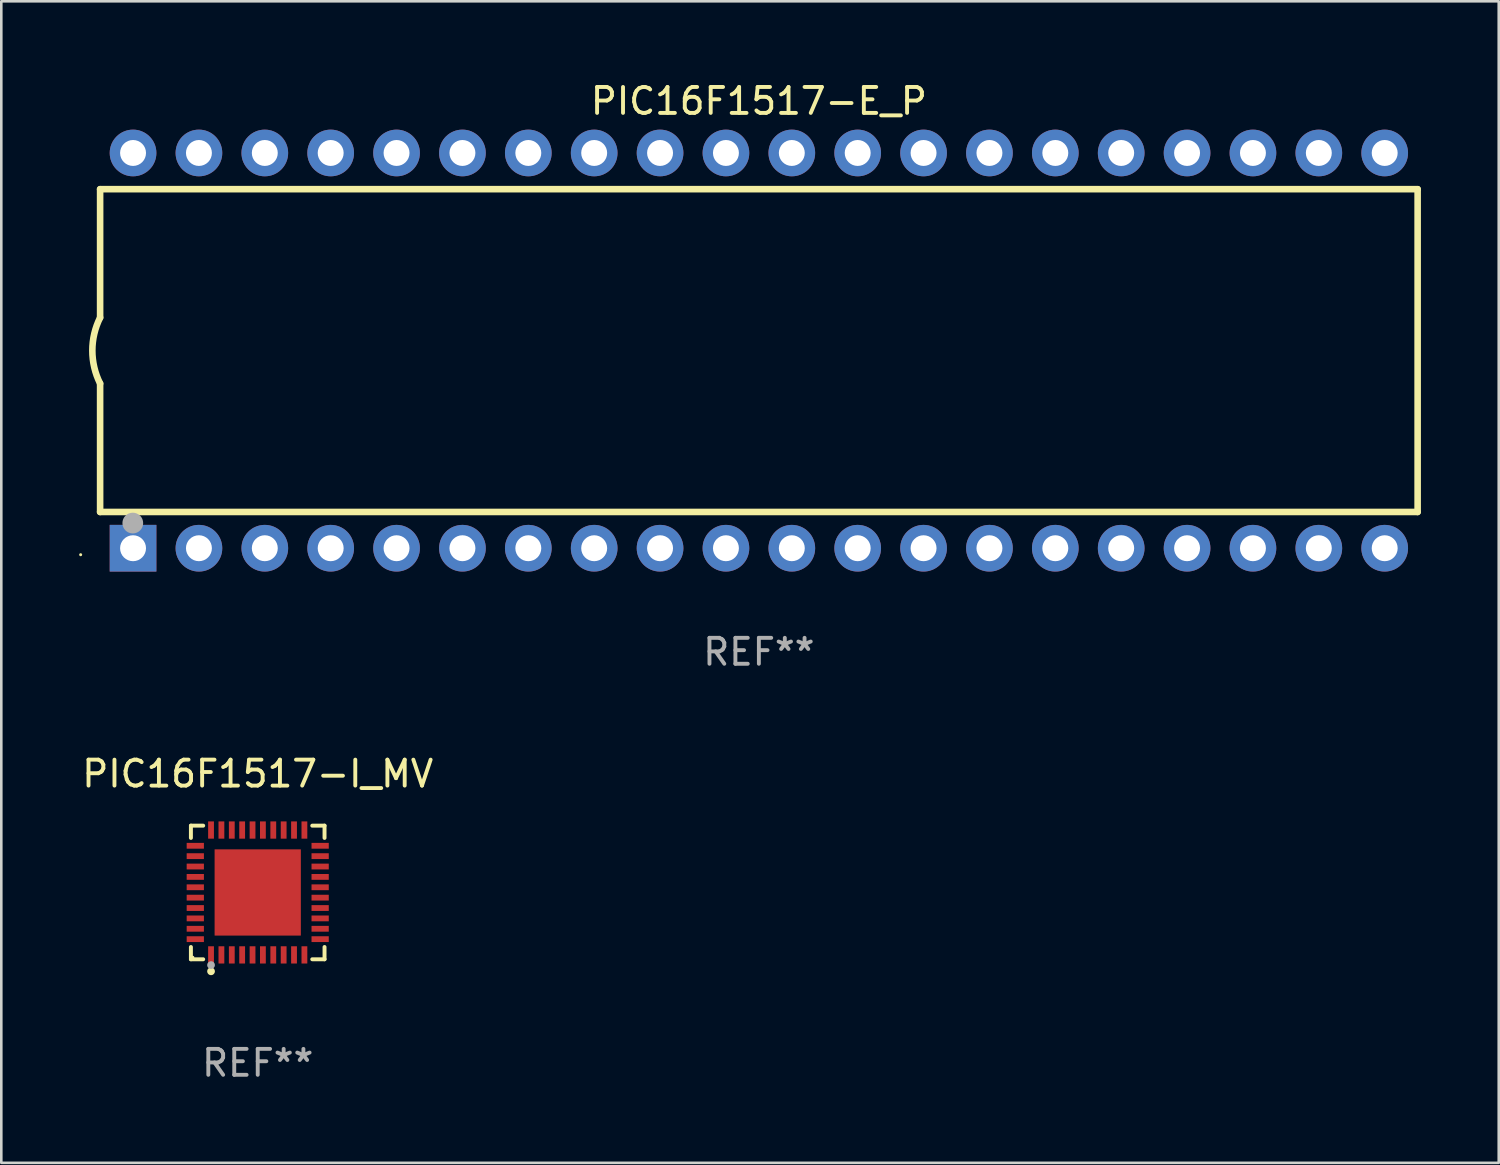
<source format=kicad_pcb>
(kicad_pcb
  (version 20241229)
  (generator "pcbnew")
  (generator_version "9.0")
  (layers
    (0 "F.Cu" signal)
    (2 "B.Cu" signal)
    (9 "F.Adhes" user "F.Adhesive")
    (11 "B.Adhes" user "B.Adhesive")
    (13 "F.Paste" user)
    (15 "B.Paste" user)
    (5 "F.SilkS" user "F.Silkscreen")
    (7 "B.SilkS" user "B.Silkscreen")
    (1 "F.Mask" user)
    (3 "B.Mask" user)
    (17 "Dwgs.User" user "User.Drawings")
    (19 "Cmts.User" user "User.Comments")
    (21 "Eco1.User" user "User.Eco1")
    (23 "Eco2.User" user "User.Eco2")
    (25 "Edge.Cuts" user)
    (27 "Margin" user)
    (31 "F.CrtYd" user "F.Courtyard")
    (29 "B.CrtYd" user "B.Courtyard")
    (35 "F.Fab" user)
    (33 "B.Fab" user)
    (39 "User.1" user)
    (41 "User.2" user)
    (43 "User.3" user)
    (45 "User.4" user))
  (footprint "PIC16F1517-I_MV"
    (layer "F.Cu")
    (at 6.887 31.361)
    (property "Reference" "PIC16F1517-I_MV" (at 0 -4.576 0) (layer "F.SilkS") (effects (font (size 1 1) (thickness 0.15))))
    (attr through_hole)
    (fp_line (start -2.576 -2.576) (end -2.103 -2.576) (stroke (width 0.152) (type solid)) (layer "F.SilkS"))
    (fp_line (start -2.576 -2.103) (end -2.576 -2.576) (stroke (width 0.152) (type solid)) (layer "F.SilkS"))
    (fp_line (start -2.576 2.103) (end -2.576 2.576) (stroke (width 0.152) (type solid)) (layer "F.SilkS"))
    (fp_line (start -2.576 2.576) (end -2.103 2.576) (stroke (width 0.152) (type solid)) (layer "F.SilkS"))
    (fp_line (start 2.576 -2.576) (end 2.103 -2.576) (stroke (width 0.152) (type solid)) (layer "F.SilkS"))
    (fp_line (start 2.576 -2.103) (end 2.576 -2.576) (stroke (width 0.152) (type solid)) (layer "F.SilkS"))
    (fp_line (start 2.576 2.103) (end 2.576 2.576) (stroke (width 0.152) (type solid)) (layer "F.SilkS"))
    (fp_line (start 2.576 2.576) (end 2.103 2.576) (stroke (width 0.152) (type solid)) (layer "F.SilkS"))
    (fp_circle (center -2.5 2.5) (end -2.47 2.5) (stroke (width 0.06) (type solid)) (fill no) (layer "F.SilkS"))
    (fp_circle (center -1.8 3.04) (end -1.725 3.04) (stroke (width 0.15) (type solid)) (fill no) (layer "F.SilkS"))
    (fp_circle (center -1.8 2.8) (end -1.725 2.8) (stroke (width 0.15) (type solid)) (fill no) (layer "F.Fab"))
    (fp_text user "REF**" (at 0 6.576 0) (layer "F.Fab") (effects (font (size 1 1) (thickness 0.15))))
    (pad "1" smd rect (at -1.8 2.407) (size 0.224 0.665) (layers "F.Cu" "F.Mask" "F.Paste"))
    (pad "2" smd rect (at -1.4 2.407) (size 0.224 0.665) (layers "F.Cu" "F.Mask" "F.Paste"))
    (pad "3" smd rect (at -1 2.407) (size 0.224 0.665) (layers "F.Cu" "F.Mask" "F.Paste"))
    (pad "4" smd rect (at -0.6 2.407) (size 0.224 0.665) (layers "F.Cu" "F.Mask" "F.Paste"))
    (pad "5" smd rect (at -0.2 2.407) (size 0.224 0.665) (layers "F.Cu" "F.Mask" "F.Paste"))
    (pad "6" smd rect (at 0.2 2.407) (size 0.224 0.665) (layers "F.Cu" "F.Mask" "F.Paste"))
    (pad "7" smd rect (at 0.6 2.407) (size 0.224 0.665) (layers "F.Cu" "F.Mask" "F.Paste"))
    (pad "8" smd rect (at 1 2.407) (size 0.224 0.665) (layers "F.Cu" "F.Mask" "F.Paste"))
    (pad "9" smd rect (at 1.4 2.407) (size 0.224 0.665) (layers "F.Cu" "F.Mask" "F.Paste"))
    (pad "10" smd rect (at 1.8 2.407) (size 0.224 0.665) (layers "F.Cu" "F.Mask" "F.Paste"))
    (pad "11" smd rect (at 2.407 1.8) (size 0.665 0.224) (layers "F.Cu" "F.Mask" "F.Paste"))
    (pad "12" smd rect (at 2.407 1.4) (size 0.665 0.224) (layers "F.Cu" "F.Mask" "F.Paste"))
    (pad "13" smd rect (at 2.407 1) (size 0.665 0.224) (layers "F.Cu" "F.Mask" "F.Paste"))
    (pad "14" smd rect (at 2.407 0.6) (size 0.665 0.224) (layers "F.Cu" "F.Mask" "F.Paste"))
    (pad "15" smd rect (at 2.407 0.2) (size 0.665 0.224) (layers "F.Cu" "F.Mask" "F.Paste"))
    (pad "16" smd rect (at 2.407 -0.2) (size 0.665 0.224) (layers "F.Cu" "F.Mask" "F.Paste"))
    (pad "17" smd rect (at 2.407 -0.6) (size 0.665 0.224) (layers "F.Cu" "F.Mask" "F.Paste"))
    (pad "18" smd rect (at 2.407 -1) (size 0.665 0.224) (layers "F.Cu" "F.Mask" "F.Paste"))
    (pad "19" smd rect (at 2.407 -1.4) (size 0.665 0.224) (layers "F.Cu" "F.Mask" "F.Paste"))
    (pad "20" smd rect (at 2.407 -1.8) (size 0.665 0.224) (layers "F.Cu" "F.Mask" "F.Paste"))
    (pad "21" smd rect (at 1.8 -2.407) (size 0.224 0.665) (layers "F.Cu" "F.Mask" "F.Paste"))
    (pad "22" smd rect (at 1.4 -2.407) (size 0.224 0.665) (layers "F.Cu" "F.Mask" "F.Paste"))
    (pad "23" smd rect (at 1 -2.407) (size 0.224 0.665) (layers "F.Cu" "F.Mask" "F.Paste"))
    (pad "24" smd rect (at 0.6 -2.407) (size 0.224 0.665) (layers "F.Cu" "F.Mask" "F.Paste"))
    (pad "25" smd rect (at 0.2 -2.407) (size 0.224 0.665) (layers "F.Cu" "F.Mask" "F.Paste"))
    (pad "26" smd rect (at -0.2 -2.407) (size 0.224 0.665) (layers "F.Cu" "F.Mask" "F.Paste"))
    (pad "27" smd rect (at -0.6 -2.407) (size 0.224 0.665) (layers "F.Cu" "F.Mask" "F.Paste"))
    (pad "28" smd rect (at -1 -2.407) (size 0.224 0.665) (layers "F.Cu" "F.Mask" "F.Paste"))
    (pad "29" smd rect (at -1.4 -2.407) (size 0.224 0.665) (layers "F.Cu" "F.Mask" "F.Paste"))
    (pad "30" smd rect (at -1.8 -2.407) (size 0.224 0.665) (layers "F.Cu" "F.Mask" "F.Paste"))
    (pad "31" smd rect (at -2.407 -1.8) (size 0.665 0.224) (layers "F.Cu" "F.Mask" "F.Paste"))
    (pad "32" smd rect (at -2.407 -1.4) (size 0.665 0.224) (layers "F.Cu" "F.Mask" "F.Paste"))
    (pad "33" smd rect (at -2.407 -1) (size 0.665 0.224) (layers "F.Cu" "F.Mask" "F.Paste"))
    (pad "34" smd rect (at -2.407 -0.6) (size 0.665 0.224) (layers "F.Cu" "F.Mask" "F.Paste"))
    (pad "35" smd rect (at -2.407 -0.2) (size 0.665 0.224) (layers "F.Cu" "F.Mask" "F.Paste"))
    (pad "36" smd rect (at -2.407 0.2) (size 0.665 0.224) (layers "F.Cu" "F.Mask" "F.Paste"))
    (pad "37" smd rect (at -2.407 0.6) (size 0.665 0.224) (layers "F.Cu" "F.Mask" "F.Paste"))
    (pad "38" smd rect (at -2.407 1) (size 0.665 0.224) (layers "F.Cu" "F.Mask" "F.Paste"))
    (pad "39" smd rect (at -2.407 1.4) (size 0.665 0.224) (layers "F.Cu" "F.Mask" "F.Paste"))
    (pad "40" smd rect (at -2.407 1.8) (size 0.665 0.224) (layers "F.Cu" "F.Mask" "F.Paste"))
    (pad "41" smd rect (at 0 0) (size 3.325 3.325) (layers "F.Cu" "F.Mask" "F.Paste")))
  (footprint "PIC16F1517-E_P"
    (layer "F.Cu")
    (at 26.21 10.468)
    (property "Reference" "PIC16F1517-E_P" (at 0 -9.62 0) (layer "F.SilkS") (effects (font (size 1 1) (thickness 0.15))))
    (attr through_hole)
    (fp_line (start -25.4 -6.224) (end -25.4 -1.271) (stroke (width 0.254) (type solid)) (layer "F.SilkS"))
    (fp_line (start -25.4 -6.224) (end 25.4 -6.224) (stroke (width 0.254) (type solid)) (layer "F.SilkS"))
    (fp_line (start -25.4 1.269) (end -25.4 6.222) (stroke (width 0.254) (type solid)) (layer "F.SilkS"))
    (fp_line (start -25.4 6.222) (end 25.4 6.222) (stroke (width 0.254) (type solid)) (layer "F.SilkS"))
    (fp_line (start 25.4 6.222) (end 25.4 -6.224) (stroke (width 0.254) (type solid)) (layer "F.SilkS"))
    (fp_arc (start -25.4 1.269241) (mid -25.699807 -0.000762) (end -25.4 -1.270765) (stroke (width 0.254001) (type solid)) (layer "F.SilkS"))
    (fp_circle (center -26.15 7.87) (end -26.12 7.87) (stroke (width 0.06) (type solid)) (fill no) (layer "F.SilkS"))
    (fp_circle (center -24.14 6.65) (end -23.94 6.65) (stroke (width 0.4) (type solid)) (fill no) (layer "F.Fab"))
    (fp_text user "REF**" (at 0 11.62 0) (layer "F.Fab") (effects (font (size 1 1) (thickness 0.15))))
    (pad "1" thru_hole rect (at -24.13 7.62 90) (size 1.8 1.8) (drill 1) (layers "*.Cu" "*.Mask"))
    (pad "2" thru_hole circle (at -21.59 7.62) (size 1.8 1.8) (drill 1) (layers "*.Cu" "*.Mask"))
    (pad "3" thru_hole circle (at -19.05 7.62) (size 1.8 1.8) (drill 1) (layers "*.Cu" "*.Mask"))
    (pad "4" thru_hole circle (at -16.51 7.62) (size 1.8 1.8) (drill 1) (layers "*.Cu" "*.Mask"))
    (pad "5" thru_hole circle (at -13.97 7.62) (size 1.8 1.8) (drill 1) (layers "*.Cu" "*.Mask"))
    (pad "6" thru_hole circle (at -11.43 7.62) (size 1.8 1.8) (drill 1) (layers "*.Cu" "*.Mask"))
    (pad "7" thru_hole circle (at -8.89 7.62) (size 1.8 1.8) (drill 1) (layers "*.Cu" "*.Mask"))
    (pad "8" thru_hole circle (at -6.35 7.62) (size 1.8 1.8) (drill 1) (layers "*.Cu" "*.Mask"))
    (pad "9" thru_hole circle (at -3.81 7.62) (size 1.8 1.8) (drill 1) (layers "*.Cu" "*.Mask"))
    (pad "10" thru_hole circle (at -1.27 7.62) (size 1.8 1.8) (drill 1) (layers "*.Cu" "*.Mask"))
    (pad "11" thru_hole circle (at 1.27 7.62) (size 1.8 1.8) (drill 1) (layers "*.Cu" "*.Mask"))
    (pad "12" thru_hole circle (at 3.81 7.62) (size 1.8 1.8) (drill 1) (layers "*.Cu" "*.Mask"))
    (pad "13" thru_hole circle (at 6.35 7.62) (size 1.8 1.8) (drill 1) (layers "*.Cu" "*.Mask"))
    (pad "14" thru_hole circle (at 8.89 7.62) (size 1.8 1.8) (drill 1) (layers "*.Cu" "*.Mask"))
    (pad "15" thru_hole circle (at 11.43 7.62) (size 1.8 1.8) (drill 1) (layers "*.Cu" "*.Mask"))
    (pad "16" thru_hole circle (at 13.97 7.62) (size 1.8 1.8) (drill 1) (layers "*.Cu" "*.Mask"))
    (pad "17" thru_hole circle (at 16.51 7.62) (size 1.8 1.8) (drill 1) (layers "*.Cu" "*.Mask"))
    (pad "18" thru_hole circle (at 19.05 7.62) (size 1.8 1.8) (drill 1) (layers "*.Cu" "*.Mask"))
    (pad "19" thru_hole circle (at 21.59 7.62) (size 1.8 1.8) (drill 1) (layers "*.Cu" "*.Mask"))
    (pad "20" thru_hole circle (at 24.13 7.62) (size 1.8 1.8) (drill 1) (layers "*.Cu" "*.Mask"))
    (pad "21" thru_hole circle (at 24.13 -7.62) (size 1.8 1.8) (drill 1) (layers "*.Cu" "*.Mask"))
    (pad "22" thru_hole circle (at 21.59 -7.62) (size 1.8 1.8) (drill 1) (layers "*.Cu" "*.Mask"))
    (pad "23" thru_hole circle (at 19.05 -7.62) (size 1.8 1.8) (drill 1) (layers "*.Cu" "*.Mask"))
    (pad "24" thru_hole circle (at 16.51 -7.62) (size 1.8 1.8) (drill 1) (layers "*.Cu" "*.Mask"))
    (pad "25" thru_hole circle (at 13.97 -7.62) (size 1.8 1.8) (drill 1) (layers "*.Cu" "*.Mask"))
    (pad "26" thru_hole circle (at 11.43 -7.62) (size 1.8 1.8) (drill 1) (layers "*.Cu" "*.Mask"))
    (pad "27" thru_hole circle (at 8.89 -7.62) (size 1.8 1.8) (drill 1) (layers "*.Cu" "*.Mask"))
    (pad "28" thru_hole circle (at 6.35 -7.62) (size 1.8 1.8) (drill 1) (layers "*.Cu" "*.Mask"))
    (pad "29" thru_hole circle (at 3.81 -7.62) (size 1.8 1.8) (drill 1) (layers "*.Cu" "*.Mask"))
    (pad "30" thru_hole circle (at 1.27 -7.62) (size 1.8 1.8) (drill 1) (layers "*.Cu" "*.Mask"))
    (pad "31" thru_hole circle (at -1.27 -7.62) (size 1.8 1.8) (drill 1) (layers "*.Cu" "*.Mask"))
    (pad "32" thru_hole circle (at -3.81 -7.62) (size 1.8 1.8) (drill 1) (layers "*.Cu" "*.Mask"))
    (pad "33" thru_hole circle (at -6.35 -7.62) (size 1.8 1.8) (drill 1) (layers "*.Cu" "*.Mask"))
    (pad "34" thru_hole circle (at -8.89 -7.62) (size 1.8 1.8) (drill 1) (layers "*.Cu" "*.Mask"))
    (pad "35" thru_hole circle (at -11.43 -7.62) (size 1.8 1.8) (drill 1) (layers "*.Cu" "*.Mask"))
    (pad "36" thru_hole circle (at -13.97 -7.62) (size 1.8 1.8) (drill 1) (layers "*.Cu" "*.Mask"))
    (pad "37" thru_hole circle (at -16.51 -7.62) (size 1.8 1.8) (drill 1) (layers "*.Cu" "*.Mask"))
    (pad "38" thru_hole circle (at -19.05 -7.62) (size 1.8 1.8) (drill 1) (layers "*.Cu" "*.Mask"))
    (pad "39" thru_hole circle (at -21.59 -7.62) (size 1.8 1.8) (drill 1) (layers "*.Cu" "*.Mask"))
    (pad "40" thru_hole circle (at -24.13 -7.62) (size 1.8 1.8) (drill 1) (layers "*.Cu" "*.Mask")))
  (gr_rect
    (start -3 -3)
    (end 54.737 41.785)
    (stroke (width 0.1) (type default))
    (fill no)
    (layer "Edge.Cuts")))
</source>
